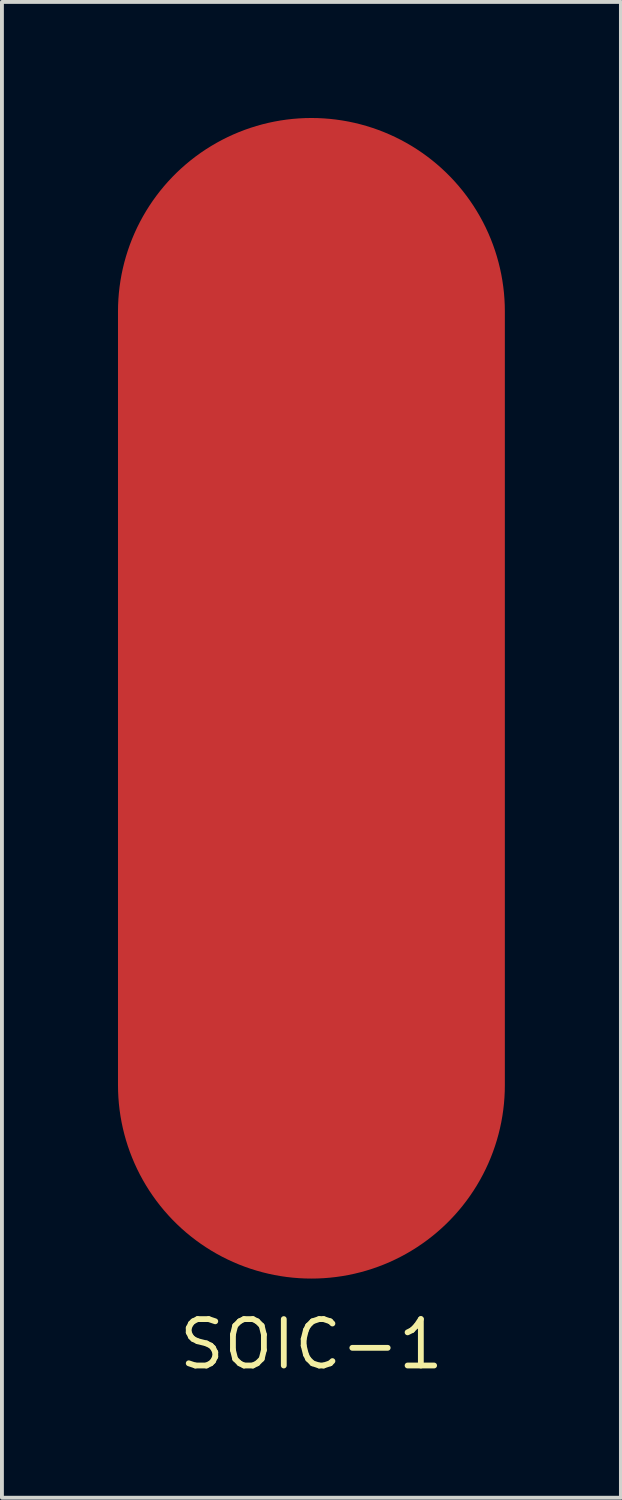
<source format=kicad_pcb>
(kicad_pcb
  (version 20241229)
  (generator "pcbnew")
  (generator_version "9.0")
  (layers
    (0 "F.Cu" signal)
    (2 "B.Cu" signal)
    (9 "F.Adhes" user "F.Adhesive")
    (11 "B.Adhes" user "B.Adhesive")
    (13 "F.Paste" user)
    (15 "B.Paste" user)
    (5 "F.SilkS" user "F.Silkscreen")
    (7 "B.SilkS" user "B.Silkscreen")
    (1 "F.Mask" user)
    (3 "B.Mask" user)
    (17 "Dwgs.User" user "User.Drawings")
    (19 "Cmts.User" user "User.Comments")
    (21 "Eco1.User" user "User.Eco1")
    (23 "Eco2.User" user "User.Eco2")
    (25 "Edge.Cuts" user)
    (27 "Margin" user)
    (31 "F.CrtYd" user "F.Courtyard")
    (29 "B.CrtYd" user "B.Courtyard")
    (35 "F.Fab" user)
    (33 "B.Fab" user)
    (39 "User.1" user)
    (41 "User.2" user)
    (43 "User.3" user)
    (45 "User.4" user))
  (footprint "SOIC-1"
    (layer "F.Cu")
    (at 5 15)
    (property "Reference" "SOIC-1" (at 0 16.7 0) (layer "F.SilkS") (effects (font (size 1.2 1.2) (thickness 0.15))))
    (attr through_hole)
    (pad "1" smd oval (at 0 0) (size 10 30) (layers "F.Cu" "F.Mask" "F.Paste")))
  (gr_rect
    (start -3 -3)
    (end 13 35.665)
    (stroke (width 0.1) (type default))
    (fill no)
    (layer "Edge.Cuts")))
</source>
